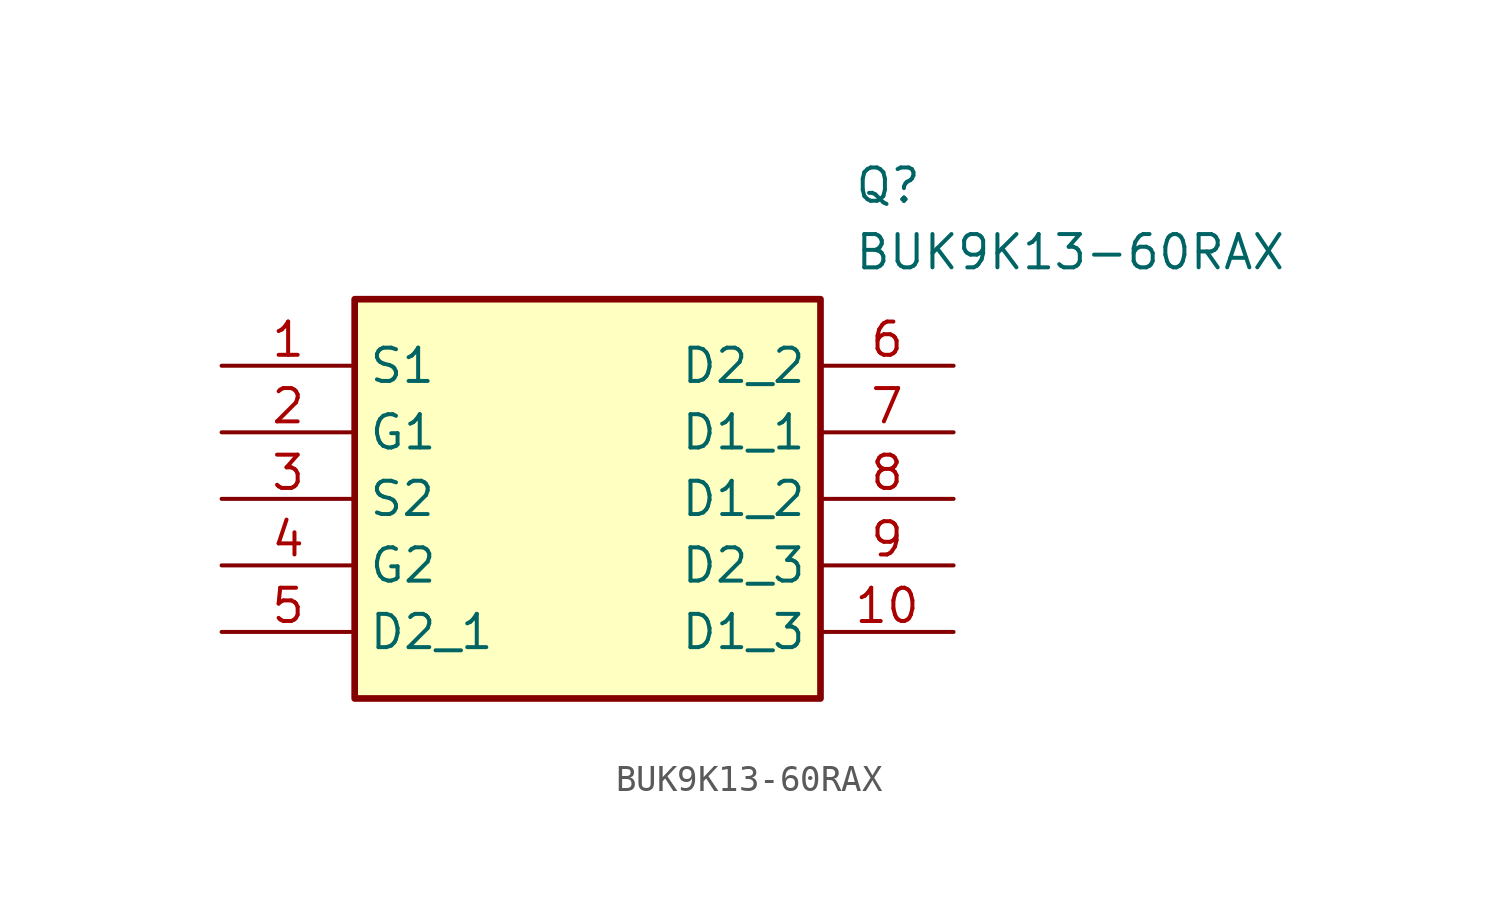
<source format=kicad_sym>
(kicad_symbol_lib
  (version 20211014)
  (generator SamacSys_ECAD_Model)
  (symbol "BUK9K13-60RAX"
    (property "Reference" "Q"
      (at 24.13 7.62 0)
      (effects (font (size 1.27 1.27)) (justify left top)))
    (property "Value" "BUK9K13-60RAX"
      (at 24.13 5.08 0)
      (effects (font (size 1.27 1.27)) (justify left top)))
    (rectangle
      (start 5.08 2.54)
      (end 22.86 -12.7)
      (stroke (width 0.254) (type default))
      (fill (type background)))
    (pin passive line
      (at 0 0 0)
      (length 5.08)
      (name "S1" (effects (font (size 1.27 1.27))))
      (number "1" (effects (font (size 1.27 1.27)))))
    (pin passive line
      (at 0 -2.54 0)
      (length 5.08)
      (name "G1" (effects (font (size 1.27 1.27))))
      (number "2" (effects (font (size 1.27 1.27)))))
    (pin passive line
      (at 0 -5.08 0)
      (length 5.08)
      (name "S2" (effects (font (size 1.27 1.27))))
      (number "3" (effects (font (size 1.27 1.27)))))
    (pin passive line
      (at 0 -7.62 0)
      (length 5.08)
      (name "G2" (effects (font (size 1.27 1.27))))
      (number "4" (effects (font (size 1.27 1.27)))))
    (pin passive line
      (at 0 -10.16 0)
      (length 5.08)
      (name "D2_1" (effects (font (size 1.27 1.27))))
      (number "5" (effects (font (size 1.27 1.27)))))
    (pin passive line
      (at 27.94 0 180)
      (length 5.08)
      (name "D2_2" (effects (font (size 1.27 1.27))))
      (number "6" (effects (font (size 1.27 1.27)))))
    (pin passive line
      (at 27.94 -2.54 180)
      (length 5.08)
      (name "D1_1" (effects (font (size 1.27 1.27))))
      (number "7" (effects (font (size 1.27 1.27)))))
    (pin passive line
      (at 27.94 -5.08 180)
      (length 5.08)
      (name "D1_2" (effects (font (size 1.27 1.27))))
      (number "8" (effects (font (size 1.27 1.27)))))
    (pin passive line
      (at 27.94 -7.62 180)
      (length 5.08)
      (name "D2_3" (effects (font (size 1.27 1.27))))
      (number "9" (effects (font (size 1.27 1.27)))))
    (pin passive line
      (at 27.94 -10.16 180)
      (length 5.08)
      (name "D1_3" (effects (font (size 1.27 1.27))))
      (number "10" (effects (font (size 1.27 1.27)))))))
</source>
